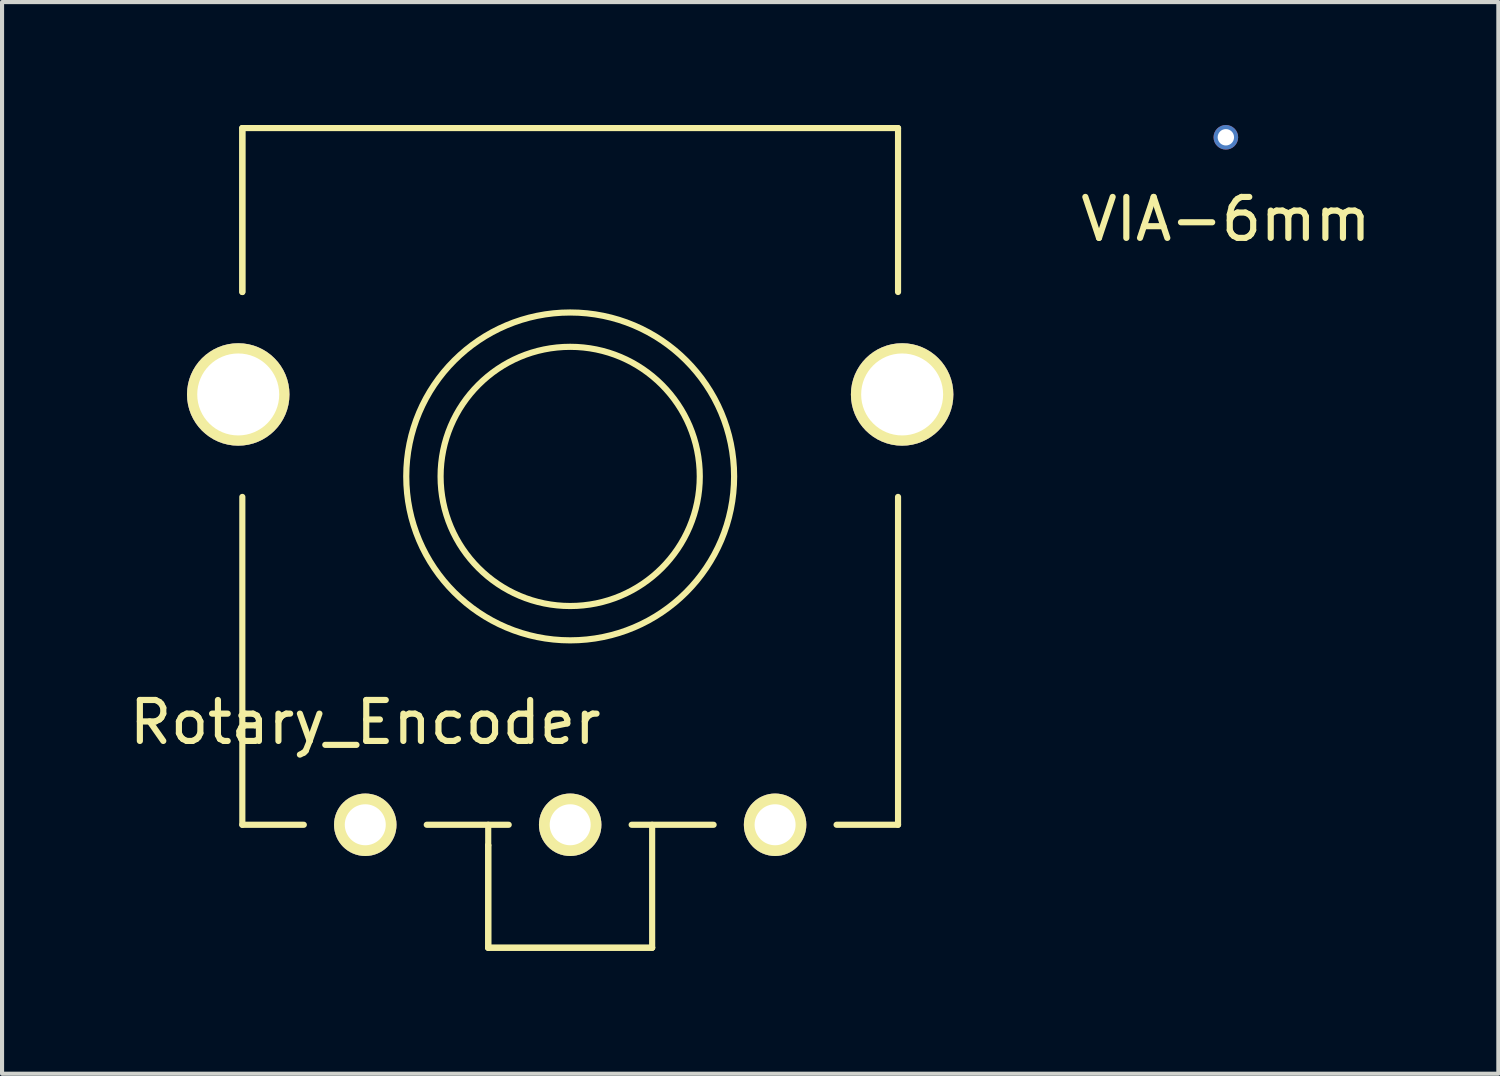
<source format=kicad_pcb>
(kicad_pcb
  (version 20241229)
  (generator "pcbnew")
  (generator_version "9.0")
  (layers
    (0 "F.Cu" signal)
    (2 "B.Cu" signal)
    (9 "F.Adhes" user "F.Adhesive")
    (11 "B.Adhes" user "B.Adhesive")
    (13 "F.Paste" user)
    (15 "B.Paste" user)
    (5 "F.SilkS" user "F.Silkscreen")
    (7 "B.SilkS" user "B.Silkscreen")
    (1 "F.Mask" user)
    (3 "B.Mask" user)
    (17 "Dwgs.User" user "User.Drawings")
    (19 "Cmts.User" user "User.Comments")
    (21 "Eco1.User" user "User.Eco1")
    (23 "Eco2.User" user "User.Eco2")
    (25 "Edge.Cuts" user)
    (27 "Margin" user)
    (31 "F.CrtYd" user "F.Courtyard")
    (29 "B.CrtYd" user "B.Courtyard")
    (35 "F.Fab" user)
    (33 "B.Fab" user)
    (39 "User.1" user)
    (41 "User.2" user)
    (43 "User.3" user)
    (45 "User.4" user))
  (footprint "VIA-6mm"
    (layer "F.Cu")
    (at 26.862 0.3)
    (property "Reference" "VIA-6mm" (at 0 2 0) (layer "F.SilkS") (effects (font (size 1 1) (thickness 0.15))))
    (attr through_hole)
    (pad "1" thru_hole circle (at 0 0) (size 0.6 0.6) (drill 0.4) (layers "*.Cu")))
  (footprint "Rotary_Encoder"
    (layer "F.Cu")
    (at 10.863 17.075)
    (property "Reference" "Rotary_Encoder" (at -5 -2.5 0) (layer "F.SilkS") (effects (font (size 1 1) (thickness 0.15))))
    (attr through_hole)
    (fp_line (start -8 -17) (end -8 -13) (stroke (width 0.15) (type solid)) (layer "F.SilkS"))
    (fp_line (start -8 -13) (end -8 -17) (stroke (width 0.15) (type solid)) (layer "F.SilkS"))
    (fp_line (start -8 -8) (end -8 0) (stroke (width 0.15) (type solid)) (layer "F.SilkS"))
    (fp_line (start -8 0) (end -6.5 0) (stroke (width 0.15) (type solid)) (layer "F.SilkS"))
    (fp_line (start -3.5 0) (end -1.5 0) (stroke (width 0.15) (type solid)) (layer "F.SilkS"))
    (fp_line (start -2 0.5) (end -2 0) (stroke (width 0.15) (type solid)) (layer "F.SilkS"))
    (fp_line (start -2 0.5) (end -2 3) (stroke (width 0.15) (type solid)) (layer "F.SilkS"))
    (fp_line (start -2 3) (end -2 0.5) (stroke (width 0.15) (type solid)) (layer "F.SilkS"))
    (fp_line (start -2 3) (end 2 3) (stroke (width 0.15) (type solid)) (layer "F.SilkS"))
    (fp_line (start 1.5 0) (end 3.5 0) (stroke (width 0.15) (type solid)) (layer "F.SilkS"))
    (fp_line (start 2 3) (end -2 3) (stroke (width 0.15) (type solid)) (layer "F.SilkS"))
    (fp_line (start 2 3) (end 2 0) (stroke (width 0.15) (type solid)) (layer "F.SilkS"))
    (fp_line (start 6.5 0) (end 8 0) (stroke (width 0.15) (type solid)) (layer "F.SilkS"))
    (fp_line (start 8 -17) (end -8 -17) (stroke (width 0.15) (type solid)) (layer "F.SilkS"))
    (fp_line (start 8 -17) (end 8 -13) (stroke (width 0.15) (type solid)) (layer "F.SilkS"))
    (fp_line (start 8 -8) (end 8 0) (stroke (width 0.15) (type solid)) (layer "F.SilkS"))
    (fp_circle (center 0 -8.5) (end 3 -7.5) (stroke (width 0.15) (type solid)) (fill no) (layer "F.SilkS"))
    (fp_circle (center 0 -8.5) (end 4 -8.5) (stroke (width 0.15) (type solid)) (fill no) (layer "F.SilkS"))
    (pad "1" thru_hole circle (at -5 0) (size 1.524 1.524) (drill 1) (layers "*.Cu" "*.Mask" "F.SilkS"))
    (pad "1" thru_hole circle (at 0 0) (size 1.524 1.524) (drill 1) (layers "*.Cu" "*.Mask" "F.SilkS"))
    (pad "1" thru_hole circle (at 5 0) (size 1.524 1.524) (drill 1) (layers "*.Cu" "*.Mask" "F.SilkS"))
    (pad "3" thru_hole circle (at -8.1 -10.5) (size 2.5 2.5) (drill 2) (layers "*.Cu" "*.Mask" "F.SilkS"))
    (pad "3" thru_hole circle (at 8.1 -10.5) (size 2.5 2.5) (drill 2) (layers "*.Cu" "*.Mask" "F.SilkS")))
  (gr_rect
    (start -3 -3)
    (end 33.511 23.15)
    (stroke (width 0.1) (type default))
    (fill no)
    (layer "Edge.Cuts")))
</source>
